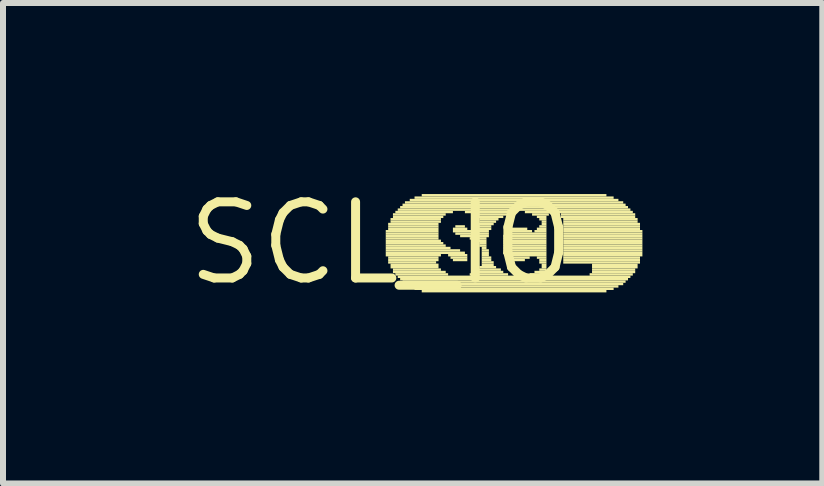
<source format=kicad_pcb>
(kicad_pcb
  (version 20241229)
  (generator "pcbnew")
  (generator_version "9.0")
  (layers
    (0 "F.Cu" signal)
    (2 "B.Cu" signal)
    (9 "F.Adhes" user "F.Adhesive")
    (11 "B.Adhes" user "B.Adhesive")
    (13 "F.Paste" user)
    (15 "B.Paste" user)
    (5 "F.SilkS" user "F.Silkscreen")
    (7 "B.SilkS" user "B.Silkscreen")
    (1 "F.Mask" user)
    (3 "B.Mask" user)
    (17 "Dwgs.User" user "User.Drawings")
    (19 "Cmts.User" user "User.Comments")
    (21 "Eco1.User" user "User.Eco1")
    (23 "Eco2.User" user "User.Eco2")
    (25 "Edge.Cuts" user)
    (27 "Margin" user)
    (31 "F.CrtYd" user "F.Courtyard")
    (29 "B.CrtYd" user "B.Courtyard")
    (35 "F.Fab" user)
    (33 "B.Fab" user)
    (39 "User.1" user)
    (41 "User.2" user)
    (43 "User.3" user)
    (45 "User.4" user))
  (footprint "SCL_IO"
    (layer "F.Cu")
    (at 3.303 1.006)
    (property "Reference" "SCL_IO" (at 0 0 0) (layer "F.SilkS") (effects (font (size 1.27 1.27) (thickness 0.15))))
    (fp_poly (pts (xy 0.08 -0.18) (xy 0.96 -0.18) (xy 0.96 -0.22) (xy 0.08 -0.22)) (stroke (width 0) (type default)) (fill yes) (layer "F.SilkS"))
    (fp_poly (pts (xy 0.08 -0.14) (xy 0.96 -0.14) (xy 0.96 -0.18) (xy 0.08 -0.18)) (stroke (width 0) (type default)) (fill yes) (layer "F.SilkS"))
    (fp_poly (pts (xy 0.08 -0.1) (xy 0.96 -0.1) (xy 0.96 -0.14) (xy 0.08 -0.14)) (stroke (width 0) (type default)) (fill yes) (layer "F.SilkS"))
    (fp_poly (pts (xy 0.08 -0.06) (xy 0.96 -0.06) (xy 0.96 -0.1) (xy 0.08 -0.1)) (stroke (width 0) (type default)) (fill yes) (layer "F.SilkS"))
    (fp_poly (pts (xy 0.08 -0.02) (xy 1 -0.02) (xy 1 -0.06) (xy 0.08 -0.06)) (stroke (width 0) (type default)) (fill yes) (layer "F.SilkS"))
    (fp_poly (pts (xy 0.08 0.02) (xy 1.04 0.02) (xy 1.04 -0.02) (xy 0.08 -0.02)) (stroke (width 0) (type default)) (fill yes) (layer "F.SilkS"))
    (fp_poly (pts (xy 0.08 0.06) (xy 1.08 0.06) (xy 1.08 0.02) (xy 0.08 0.02)) (stroke (width 0) (type default)) (fill yes) (layer "F.SilkS"))
    (fp_poly (pts (xy 0.08 0.1) (xy 1.16 0.1) (xy 1.16 0.06) (xy 0.08 0.06)) (stroke (width 0) (type default)) (fill yes) (layer "F.SilkS"))
    (fp_poly (pts (xy 0.08 0.14) (xy 1.32 0.14) (xy 1.32 0.1) (xy 0.08 0.1)) (stroke (width 0) (type default)) (fill yes) (layer "F.SilkS"))
    (fp_poly (pts (xy 0.08 0.18) (xy 1.4 0.18) (xy 1.4 0.14) (xy 0.08 0.14)) (stroke (width 0) (type default)) (fill yes) (layer "F.SilkS"))
    (fp_poly (pts (xy 0.08 0.22) (xy 1 0.22) (xy 1 0.18) (xy 0.08 0.18)) (stroke (width 0) (type default)) (fill yes) (layer "F.SilkS"))
    (fp_poly (pts (xy 0.12 -0.3) (xy 0.96 -0.3) (xy 0.96 -0.34) (xy 0.12 -0.34)) (stroke (width 0) (type default)) (fill yes) (layer "F.SilkS"))
    (fp_poly (pts (xy 0.12 -0.26) (xy 0.96 -0.26) (xy 0.96 -0.3) (xy 0.12 -0.3)) (stroke (width 0) (type default)) (fill yes) (layer "F.SilkS"))
    (fp_poly (pts (xy 0.12 -0.22) (xy 0.96 -0.22) (xy 0.96 -0.26) (xy 0.12 -0.26)) (stroke (width 0) (type default)) (fill yes) (layer "F.SilkS"))
    (fp_poly (pts (xy 0.12 0.26) (xy 0.96 0.26) (xy 0.96 0.22) (xy 0.12 0.22)) (stroke (width 0) (type default)) (fill yes) (layer "F.SilkS"))
    (fp_poly (pts (xy 0.12 0.3) (xy 0.96 0.3) (xy 0.96 0.26) (xy 0.12 0.26)) (stroke (width 0) (type default)) (fill yes) (layer "F.SilkS"))
    (fp_poly (pts (xy 0.12 0.34) (xy 0.92 0.34) (xy 0.92 0.3) (xy 0.12 0.3)) (stroke (width 0) (type default)) (fill yes) (layer "F.SilkS"))
    (fp_poly (pts (xy 0.16 -0.38) (xy 1 -0.38) (xy 1 -0.42) (xy 0.16 -0.42)) (stroke (width 0) (type default)) (fill yes) (layer "F.SilkS"))
    (fp_poly (pts (xy 0.16 -0.34) (xy 1 -0.34) (xy 1 -0.38) (xy 0.16 -0.38)) (stroke (width 0) (type default)) (fill yes) (layer "F.SilkS"))
    (fp_poly (pts (xy 0.16 0.38) (xy 0.96 0.38) (xy 0.96 0.34) (xy 0.16 0.34)) (stroke (width 0) (type default)) (fill yes) (layer "F.SilkS"))
    (fp_poly (pts (xy 0.16 0.42) (xy 0.96 0.42) (xy 0.96 0.38) (xy 0.16 0.38)) (stroke (width 0) (type default)) (fill yes) (layer "F.SilkS"))
    (fp_poly (pts (xy 0.2 -0.46) (xy 1.08 -0.46) (xy 1.08 -0.5) (xy 0.2 -0.5)) (stroke (width 0) (type default)) (fill yes) (layer "F.SilkS"))
    (fp_poly (pts (xy 0.2 -0.42) (xy 1.04 -0.42) (xy 1.04 -0.46) (xy 0.2 -0.46)) (stroke (width 0) (type default)) (fill yes) (layer "F.SilkS"))
    (fp_poly (pts (xy 0.2 0.46) (xy 1 0.46) (xy 1 0.42) (xy 0.2 0.42)) (stroke (width 0) (type default)) (fill yes) (layer "F.SilkS"))
    (fp_poly (pts (xy 0.2 0.5) (xy 1.08 0.5) (xy 1.08 0.46) (xy 0.2 0.46)) (stroke (width 0) (type default)) (fill yes) (layer "F.SilkS"))
    (fp_poly (pts (xy 0.24 -0.5) (xy 1.2 -0.5) (xy 1.2 -0.54) (xy 0.24 -0.54)) (stroke (width 0) (type default)) (fill yes) (layer "F.SilkS"))
    (fp_poly (pts (xy 0.24 0.54) (xy 1.12 0.54) (xy 1.12 0.5) (xy 0.24 0.5)) (stroke (width 0) (type default)) (fill yes) (layer "F.SilkS"))
    (fp_poly (pts (xy 0.28 -0.54) (xy 4.16 -0.54) (xy 4.16 -0.58) (xy 0.28 -0.58)) (stroke (width 0) (type default)) (fill yes) (layer "F.SilkS"))
    (fp_poly (pts (xy 0.28 0.58) (xy 4.16 0.58) (xy 4.16 0.54) (xy 0.28 0.54)) (stroke (width 0) (type default)) (fill yes) (layer "F.SilkS"))
    (fp_poly (pts (xy 0.32 -0.58) (xy 4.12 -0.58) (xy 4.12 -0.62) (xy 0.32 -0.62)) (stroke (width 0) (type default)) (fill yes) (layer "F.SilkS"))
    (fp_poly (pts (xy 0.32 0.62) (xy 4.12 0.62) (xy 4.12 0.58) (xy 0.32 0.58)) (stroke (width 0) (type default)) (fill yes) (layer "F.SilkS"))
    (fp_poly (pts (xy 0.36 -0.62) (xy 4.08 -0.62) (xy 4.08 -0.66) (xy 0.36 -0.66)) (stroke (width 0) (type default)) (fill yes) (layer "F.SilkS"))
    (fp_poly (pts (xy 0.36 0.66) (xy 4.08 0.66) (xy 4.08 0.62) (xy 0.36 0.62)) (stroke (width 0) (type default)) (fill yes) (layer "F.SilkS"))
    (fp_poly (pts (xy 0.4 -0.66) (xy 4.04 -0.66) (xy 4.04 -0.7) (xy 0.4 -0.7)) (stroke (width 0) (type default)) (fill yes) (layer "F.SilkS"))
    (fp_poly (pts (xy 0.4 0.7) (xy 4.04 0.7) (xy 4.04 0.66) (xy 0.4 0.66)) (stroke (width 0) (type default)) (fill yes) (layer "F.SilkS"))
    (fp_poly (pts (xy 0.48 -0.7) (xy 3.96 -0.7) (xy 3.96 -0.74) (xy 0.48 -0.74)) (stroke (width 0) (type default)) (fill yes) (layer "F.SilkS"))
    (fp_poly (pts (xy 0.48 0.74) (xy 3.96 0.74) (xy 3.96 0.7) (xy 0.48 0.7)) (stroke (width 0) (type default)) (fill yes) (layer "F.SilkS"))
    (fp_poly (pts (xy 0.56 -0.74) (xy 3.88 -0.74) (xy 3.88 -0.78) (xy 0.56 -0.78)) (stroke (width 0) (type default)) (fill yes) (layer "F.SilkS"))
    (fp_poly (pts (xy 0.56 0.78) (xy 3.88 0.78) (xy 3.88 0.74) (xy 0.56 0.74)) (stroke (width 0) (type default)) (fill yes) (layer "F.SilkS"))
    (fp_poly (pts (xy 0.68 -0.78) (xy 3.76 -0.78) (xy 3.76 -0.82) (xy 0.68 -0.82)) (stroke (width 0) (type default)) (fill yes) (layer "F.SilkS"))
    (fp_poly (pts (xy 0.68 0.82) (xy 3.76 0.82) (xy 3.76 0.78) (xy 0.68 0.78)) (stroke (width 0) (type default)) (fill yes) (layer "F.SilkS"))
    (fp_poly (pts (xy 1.12 0.22) (xy 1.44 0.22) (xy 1.44 0.18) (xy 1.12 0.18)) (stroke (width 0) (type default)) (fill yes) (layer "F.SilkS"))
    (fp_poly (pts (xy 1.16 0.26) (xy 1.44 0.26) (xy 1.44 0.22) (xy 1.16 0.22)) (stroke (width 0) (type default)) (fill yes) (layer "F.SilkS"))
    (fp_poly (pts (xy 1.2 -0.22) (xy 1.44 -0.22) (xy 1.44 -0.26) (xy 1.2 -0.26)) (stroke (width 0) (type default)) (fill yes) (layer "F.SilkS"))
    (fp_poly (pts (xy 1.2 -0.18) (xy 1.8 -0.18) (xy 1.8 -0.22) (xy 1.2 -0.22)) (stroke (width 0) (type default)) (fill yes) (layer "F.SilkS"))
    (fp_poly (pts (xy 1.2 0.3) (xy 1.44 0.3) (xy 1.44 0.26) (xy 1.2 0.26)) (stroke (width 0) (type default)) (fill yes) (layer "F.SilkS"))
    (fp_poly (pts (xy 1.24 -0.26) (xy 1.4 -0.26) (xy 1.4 -0.3) (xy 1.24 -0.3)) (stroke (width 0) (type default)) (fill yes) (layer "F.SilkS"))
    (fp_poly (pts (xy 1.24 -0.14) (xy 1.8 -0.14) (xy 1.8 -0.18) (xy 1.24 -0.18)) (stroke (width 0) (type default)) (fill yes) (layer "F.SilkS"))
    (fp_poly (pts (xy 1.32 -0.1) (xy 1.8 -0.1) (xy 1.8 -0.14) (xy 1.32 -0.14)) (stroke (width 0) (type default)) (fill yes) (layer "F.SilkS"))
    (fp_poly (pts (xy 1.4 -0.5) (xy 2.24 -0.5) (xy 2.24 -0.54) (xy 1.4 -0.54)) (stroke (width 0) (type default)) (fill yes) (layer "F.SilkS"))
    (fp_poly (pts (xy 1.48 -0.06) (xy 1.76 -0.06) (xy 1.76 -0.1) (xy 1.48 -0.1)) (stroke (width 0) (type default)) (fill yes) (layer "F.SilkS"))
    (fp_poly (pts (xy 1.48 0.54) (xy 2.12 0.54) (xy 2.12 0.5) (xy 1.48 0.5)) (stroke (width 0) (type default)) (fill yes) (layer "F.SilkS"))
    (fp_poly (pts (xy 1.52 -0.46) (xy 2.12 -0.46) (xy 2.12 -0.5) (xy 1.52 -0.5)) (stroke (width 0) (type default)) (fill yes) (layer "F.SilkS"))
    (fp_poly (pts (xy 1.56 -0.22) (xy 1.84 -0.22) (xy 1.84 -0.26) (xy 1.56 -0.26)) (stroke (width 0) (type default)) (fill yes) (layer "F.SilkS"))
    (fp_poly (pts (xy 1.56 -0.02) (xy 1.76 -0.02) (xy 1.76 -0.06) (xy 1.56 -0.06)) (stroke (width 0) (type default)) (fill yes) (layer "F.SilkS"))
    (fp_poly (pts (xy 1.56 0.5) (xy 2.04 0.5) (xy 2.04 0.46) (xy 1.56 0.46)) (stroke (width 0) (type default)) (fill yes) (layer "F.SilkS"))
    (fp_poly (pts (xy 1.6 -0.42) (xy 2.04 -0.42) (xy 2.04 -0.46) (xy 1.6 -0.46)) (stroke (width 0) (type default)) (fill yes) (layer "F.SilkS"))
    (fp_poly (pts (xy 1.6 -0.3) (xy 1.88 -0.3) (xy 1.88 -0.34) (xy 1.6 -0.34)) (stroke (width 0) (type default)) (fill yes) (layer "F.SilkS"))
    (fp_poly (pts (xy 1.6 -0.26) (xy 1.84 -0.26) (xy 1.84 -0.3) (xy 1.6 -0.3)) (stroke (width 0) (type default)) (fill yes) (layer "F.SilkS"))
    (fp_poly (pts (xy 1.6 0.46) (xy 2 0.46) (xy 2 0.42) (xy 1.6 0.42)) (stroke (width 0) (type default)) (fill yes) (layer "F.SilkS"))
    (fp_poly (pts (xy 1.64 -0.38) (xy 1.96 -0.38) (xy 1.96 -0.42) (xy 1.64 -0.42)) (stroke (width 0) (type default)) (fill yes) (layer "F.SilkS"))
    (fp_poly (pts (xy 1.64 -0.34) (xy 1.92 -0.34) (xy 1.92 -0.38) (xy 1.64 -0.38)) (stroke (width 0) (type default)) (fill yes) (layer "F.SilkS"))
    (fp_poly (pts (xy 1.64 0.02) (xy 1.76 0.02) (xy 1.76 -0.02) (xy 1.64 -0.02)) (stroke (width 0) (type default)) (fill yes) (layer "F.SilkS"))
    (fp_poly (pts (xy 1.64 0.06) (xy 1.76 0.06) (xy 1.76 0.02) (xy 1.64 0.02)) (stroke (width 0) (type default)) (fill yes) (layer "F.SilkS"))
    (fp_poly (pts (xy 1.64 0.42) (xy 1.92 0.42) (xy 1.92 0.38) (xy 1.64 0.38)) (stroke (width 0) (type default)) (fill yes) (layer "F.SilkS"))
    (fp_poly (pts (xy 1.68 0.1) (xy 1.76 0.1) (xy 1.76 0.06) (xy 1.68 0.06)) (stroke (width 0) (type default)) (fill yes) (layer "F.SilkS"))
    (fp_poly (pts (xy 1.68 0.14) (xy 1.8 0.14) (xy 1.8 0.1) (xy 1.68 0.1)) (stroke (width 0) (type default)) (fill yes) (layer "F.SilkS"))
    (fp_poly (pts (xy 1.68 0.18) (xy 1.8 0.18) (xy 1.8 0.14) (xy 1.68 0.14)) (stroke (width 0) (type default)) (fill yes) (layer "F.SilkS"))
    (fp_poly (pts (xy 1.68 0.22) (xy 1.8 0.22) (xy 1.8 0.18) (xy 1.68 0.18)) (stroke (width 0) (type default)) (fill yes) (layer "F.SilkS"))
    (fp_poly (pts (xy 1.68 0.26) (xy 1.84 0.26) (xy 1.84 0.22) (xy 1.68 0.22)) (stroke (width 0) (type default)) (fill yes) (layer "F.SilkS"))
    (fp_poly (pts (xy 1.68 0.3) (xy 1.84 0.3) (xy 1.84 0.26) (xy 1.68 0.26)) (stroke (width 0) (type default)) (fill yes) (layer "F.SilkS"))
    (fp_poly (pts (xy 1.68 0.34) (xy 1.88 0.34) (xy 1.88 0.3) (xy 1.68 0.3)) (stroke (width 0) (type default)) (fill yes) (layer "F.SilkS"))
    (fp_poly (pts (xy 1.68 0.38) (xy 1.88 0.38) (xy 1.88 0.34) (xy 1.68 0.34)) (stroke (width 0) (type default)) (fill yes) (layer "F.SilkS"))
    (fp_poly (pts (xy 2.04 -0.1) (xy 2.76 -0.1) (xy 2.76 -0.14) (xy 2.04 -0.14)) (stroke (width 0) (type default)) (fill yes) (layer "F.SilkS"))
    (fp_poly (pts (xy 2.04 -0.06) (xy 2.76 -0.06) (xy 2.76 -0.1) (xy 2.04 -0.1)) (stroke (width 0) (type default)) (fill yes) (layer "F.SilkS"))
    (fp_poly (pts (xy 2.04 -0.02) (xy 2.76 -0.02) (xy 2.76 -0.06) (xy 2.04 -0.06)) (stroke (width 0) (type default)) (fill yes) (layer "F.SilkS"))
    (fp_poly (pts (xy 2.04 0.02) (xy 2.76 0.02) (xy 2.76 -0.02) (xy 2.04 -0.02)) (stroke (width 0) (type default)) (fill yes) (layer "F.SilkS"))
    (fp_poly (pts (xy 2.04 0.06) (xy 2.76 0.06) (xy 2.76 0.02) (xy 2.04 0.02)) (stroke (width 0) (type default)) (fill yes) (layer "F.SilkS"))
    (fp_poly (pts (xy 2.04 0.1) (xy 2.76 0.1) (xy 2.76 0.06) (xy 2.04 0.06)) (stroke (width 0) (type default)) (fill yes) (layer "F.SilkS"))
    (fp_poly (pts (xy 2.04 0.14) (xy 2.76 0.14) (xy 2.76 0.1) (xy 2.04 0.1)) (stroke (width 0) (type default)) (fill yes) (layer "F.SilkS"))
    (fp_poly (pts (xy 2.04 0.18) (xy 2.76 0.18) (xy 2.76 0.14) (xy 2.04 0.14)) (stroke (width 0) (type default)) (fill yes) (layer "F.SilkS"))
    (fp_poly (pts (xy 2.08 -0.14) (xy 2.76 -0.14) (xy 2.76 -0.18) (xy 2.08 -0.18)) (stroke (width 0) (type default)) (fill yes) (layer "F.SilkS"))
    (fp_poly (pts (xy 2.08 0.22) (xy 2.76 0.22) (xy 2.76 0.18) (xy 2.08 0.18)) (stroke (width 0) (type default)) (fill yes) (layer "F.SilkS"))
    (fp_poly (pts (xy 2.12 -0.18) (xy 2.52 -0.18) (xy 2.52 -0.22) (xy 2.12 -0.22)) (stroke (width 0) (type default)) (fill yes) (layer "F.SilkS"))
    (fp_poly (pts (xy 2.12 0.26) (xy 2.48 0.26) (xy 2.48 0.22) (xy 2.12 0.22)) (stroke (width 0) (type default)) (fill yes) (layer "F.SilkS"))
    (fp_poly (pts (xy 2.16 -0.22) (xy 2.44 -0.22) (xy 2.44 -0.26) (xy 2.16 -0.26)) (stroke (width 0) (type default)) (fill yes) (layer "F.SilkS"))
    (fp_poly (pts (xy 2.2 0.3) (xy 2.4 0.3) (xy 2.4 0.26) (xy 2.2 0.26)) (stroke (width 0) (type default)) (fill yes) (layer "F.SilkS"))
    (fp_poly (pts (xy 2.4 -0.5) (xy 4.2 -0.5) (xy 4.2 -0.54) (xy 2.4 -0.54)) (stroke (width 0) (type default)) (fill yes) (layer "F.SilkS"))
    (fp_poly (pts (xy 2.48 0.54) (xy 2.8 0.54) (xy 2.8 0.5) (xy 2.48 0.5)) (stroke (width 0) (type default)) (fill yes) (layer "F.SilkS"))
    (fp_poly (pts (xy 2.52 -0.46) (xy 2.8 -0.46) (xy 2.8 -0.5) (xy 2.52 -0.5)) (stroke (width 0) (type default)) (fill yes) (layer "F.SilkS"))
    (fp_poly (pts (xy 2.56 -0.18) (xy 2.76 -0.18) (xy 2.76 -0.22) (xy 2.56 -0.22)) (stroke (width 0) (type default)) (fill yes) (layer "F.SilkS"))
    (fp_poly (pts (xy 2.56 0.5) (xy 2.8 0.5) (xy 2.8 0.46) (xy 2.56 0.46)) (stroke (width 0) (type default)) (fill yes) (layer "F.SilkS"))
    (fp_poly (pts (xy 2.6 -0.42) (xy 2.76 -0.42) (xy 2.76 -0.46) (xy 2.6 -0.46)) (stroke (width 0) (type default)) (fill yes) (layer "F.SilkS"))
    (fp_poly (pts (xy 2.6 -0.22) (xy 2.76 -0.22) (xy 2.76 -0.26) (xy 2.6 -0.26)) (stroke (width 0) (type default)) (fill yes) (layer "F.SilkS"))
    (fp_poly (pts (xy 2.6 0.26) (xy 2.76 0.26) (xy 2.76 0.22) (xy 2.6 0.22)) (stroke (width 0) (type default)) (fill yes) (layer "F.SilkS"))
    (fp_poly (pts (xy 2.64 -0.38) (xy 2.76 -0.38) (xy 2.76 -0.42) (xy 2.64 -0.42)) (stroke (width 0) (type default)) (fill yes) (layer "F.SilkS"))
    (fp_poly (pts (xy 2.64 -0.26) (xy 2.76 -0.26) (xy 2.76 -0.3) (xy 2.64 -0.3)) (stroke (width 0) (type default)) (fill yes) (layer "F.SilkS"))
    (fp_poly (pts (xy 2.64 0.3) (xy 2.76 0.3) (xy 2.76 0.26) (xy 2.64 0.26)) (stroke (width 0) (type default)) (fill yes) (layer "F.SilkS"))
    (fp_poly (pts (xy 2.64 0.34) (xy 2.76 0.34) (xy 2.76 0.3) (xy 2.64 0.3)) (stroke (width 0) (type default)) (fill yes) (layer "F.SilkS"))
    (fp_poly (pts (xy 2.64 0.46) (xy 2.76 0.46) (xy 2.76 0.42) (xy 2.64 0.42)) (stroke (width 0) (type default)) (fill yes) (layer "F.SilkS"))
    (fp_poly (pts (xy 2.68 -0.34) (xy 2.76 -0.34) (xy 2.76 -0.38) (xy 2.68 -0.38)) (stroke (width 0) (type default)) (fill yes) (layer "F.SilkS"))
    (fp_poly (pts (xy 2.68 -0.3) (xy 2.76 -0.3) (xy 2.76 -0.34) (xy 2.68 -0.34)) (stroke (width 0) (type default)) (fill yes) (layer "F.SilkS"))
    (fp_poly (pts (xy 2.68 0.38) (xy 2.76 0.38) (xy 2.76 0.34) (xy 2.68 0.34)) (stroke (width 0) (type default)) (fill yes) (layer "F.SilkS"))
    (fp_poly (pts (xy 2.68 0.42) (xy 2.76 0.42) (xy 2.76 0.38) (xy 2.68 0.38)) (stroke (width 0) (type default)) (fill yes) (layer "F.SilkS"))
    (fp_poly (pts (xy 3 -0.46) (xy 4.24 -0.46) (xy 4.24 -0.5) (xy 3 -0.5)) (stroke (width 0) (type default)) (fill yes) (layer "F.SilkS"))
    (fp_poly (pts (xy 3 -0.42) (xy 4.24 -0.42) (xy 4.24 -0.46) (xy 3 -0.46)) (stroke (width 0) (type default)) (fill yes) (layer "F.SilkS"))
    (fp_poly (pts (xy 3.04 -0.38) (xy 4.28 -0.38) (xy 4.28 -0.42) (xy 3.04 -0.42)) (stroke (width 0) (type default)) (fill yes) (layer "F.SilkS"))
    (fp_poly (pts (xy 3.04 -0.34) (xy 4.28 -0.34) (xy 4.28 -0.38) (xy 3.04 -0.38)) (stroke (width 0) (type default)) (fill yes) (layer "F.SilkS"))
    (fp_poly (pts (xy 3.04 -0.3) (xy 4.32 -0.3) (xy 4.32 -0.34) (xy 3.04 -0.34)) (stroke (width 0) (type default)) (fill yes) (layer "F.SilkS"))
    (fp_poly (pts (xy 3.04 -0.26) (xy 4.32 -0.26) (xy 4.32 -0.3) (xy 3.04 -0.3)) (stroke (width 0) (type default)) (fill yes) (layer "F.SilkS"))
    (fp_poly (pts (xy 3.04 -0.22) (xy 4.32 -0.22) (xy 4.32 -0.26) (xy 3.04 -0.26)) (stroke (width 0) (type default)) (fill yes) (layer "F.SilkS"))
    (fp_poly (pts (xy 3.04 -0.18) (xy 4.36 -0.18) (xy 4.36 -0.22) (xy 3.04 -0.22)) (stroke (width 0) (type default)) (fill yes) (layer "F.SilkS"))
    (fp_poly (pts (xy 3.04 -0.14) (xy 4.36 -0.14) (xy 4.36 -0.18) (xy 3.04 -0.18)) (stroke (width 0) (type default)) (fill yes) (layer "F.SilkS"))
    (fp_poly (pts (xy 3.04 -0.1) (xy 4.36 -0.1) (xy 4.36 -0.14) (xy 3.04 -0.14)) (stroke (width 0) (type default)) (fill yes) (layer "F.SilkS"))
    (fp_poly (pts (xy 3.04 -0.06) (xy 4.36 -0.06) (xy 4.36 -0.1) (xy 3.04 -0.1)) (stroke (width 0) (type default)) (fill yes) (layer "F.SilkS"))
    (fp_poly (pts (xy 3.04 -0.02) (xy 4.36 -0.02) (xy 4.36 -0.06) (xy 3.04 -0.06)) (stroke (width 0) (type default)) (fill yes) (layer "F.SilkS"))
    (fp_poly (pts (xy 3.04 0.02) (xy 4.36 0.02) (xy 4.36 -0.02) (xy 3.04 -0.02)) (stroke (width 0) (type default)) (fill yes) (layer "F.SilkS"))
    (fp_poly (pts (xy 3.04 0.06) (xy 4.36 0.06) (xy 4.36 0.02) (xy 3.04 0.02)) (stroke (width 0) (type default)) (fill yes) (layer "F.SilkS"))
    (fp_poly (pts (xy 3.04 0.1) (xy 4.36 0.1) (xy 4.36 0.06) (xy 3.04 0.06)) (stroke (width 0) (type default)) (fill yes) (layer "F.SilkS"))
    (fp_poly (pts (xy 3.04 0.14) (xy 4.36 0.14) (xy 4.36 0.1) (xy 3.04 0.1)) (stroke (width 0) (type default)) (fill yes) (layer "F.SilkS"))
    (fp_poly (pts (xy 3.04 0.18) (xy 4.36 0.18) (xy 4.36 0.14) (xy 3.04 0.14)) (stroke (width 0) (type default)) (fill yes) (layer "F.SilkS"))
    (fp_poly (pts (xy 3.04 0.22) (xy 4.36 0.22) (xy 4.36 0.18) (xy 3.04 0.18)) (stroke (width 0) (type default)) (fill yes) (layer "F.SilkS"))
    (fp_poly (pts (xy 3.04 0.26) (xy 4.32 0.26) (xy 4.32 0.22) (xy 3.04 0.22)) (stroke (width 0) (type default)) (fill yes) (layer "F.SilkS"))
    (fp_poly (pts (xy 3.04 0.3) (xy 4.32 0.3) (xy 4.32 0.26) (xy 3.04 0.26)) (stroke (width 0) (type default)) (fill yes) (layer "F.SilkS"))
    (fp_poly (pts (xy 3.04 0.34) (xy 4.32 0.34) (xy 4.32 0.3) (xy 3.04 0.3)) (stroke (width 0) (type default)) (fill yes) (layer "F.SilkS"))
    (fp_poly (pts (xy 3.48 0.54) (xy 4.2 0.54) (xy 4.2 0.5) (xy 3.48 0.5)) (stroke (width 0) (type default)) (fill yes) (layer "F.SilkS"))
    (fp_poly (pts (xy 3.52 0.38) (xy 4.28 0.38) (xy 4.28 0.34) (xy 3.52 0.34)) (stroke (width 0) (type default)) (fill yes) (layer "F.SilkS"))
    (fp_poly (pts (xy 3.52 0.42) (xy 4.28 0.42) (xy 4.28 0.38) (xy 3.52 0.38)) (stroke (width 0) (type default)) (fill yes) (layer "F.SilkS"))
    (fp_poly (pts (xy 3.52 0.46) (xy 4.24 0.46) (xy 4.24 0.42) (xy 3.52 0.42)) (stroke (width 0) (type default)) (fill yes) (layer "F.SilkS"))
    (fp_poly (pts (xy 3.52 0.5) (xy 4.24 0.5) (xy 4.24 0.46) (xy 3.52 0.46)) (stroke (width 0) (type default)) (fill yes) (layer "F.SilkS")))
  (gr_rect
    (start -3 -3)
    (end 10.663 5.012)
    (stroke (width 0.1) (type default))
    (fill no)
    (layer "Edge.Cuts")))
</source>
